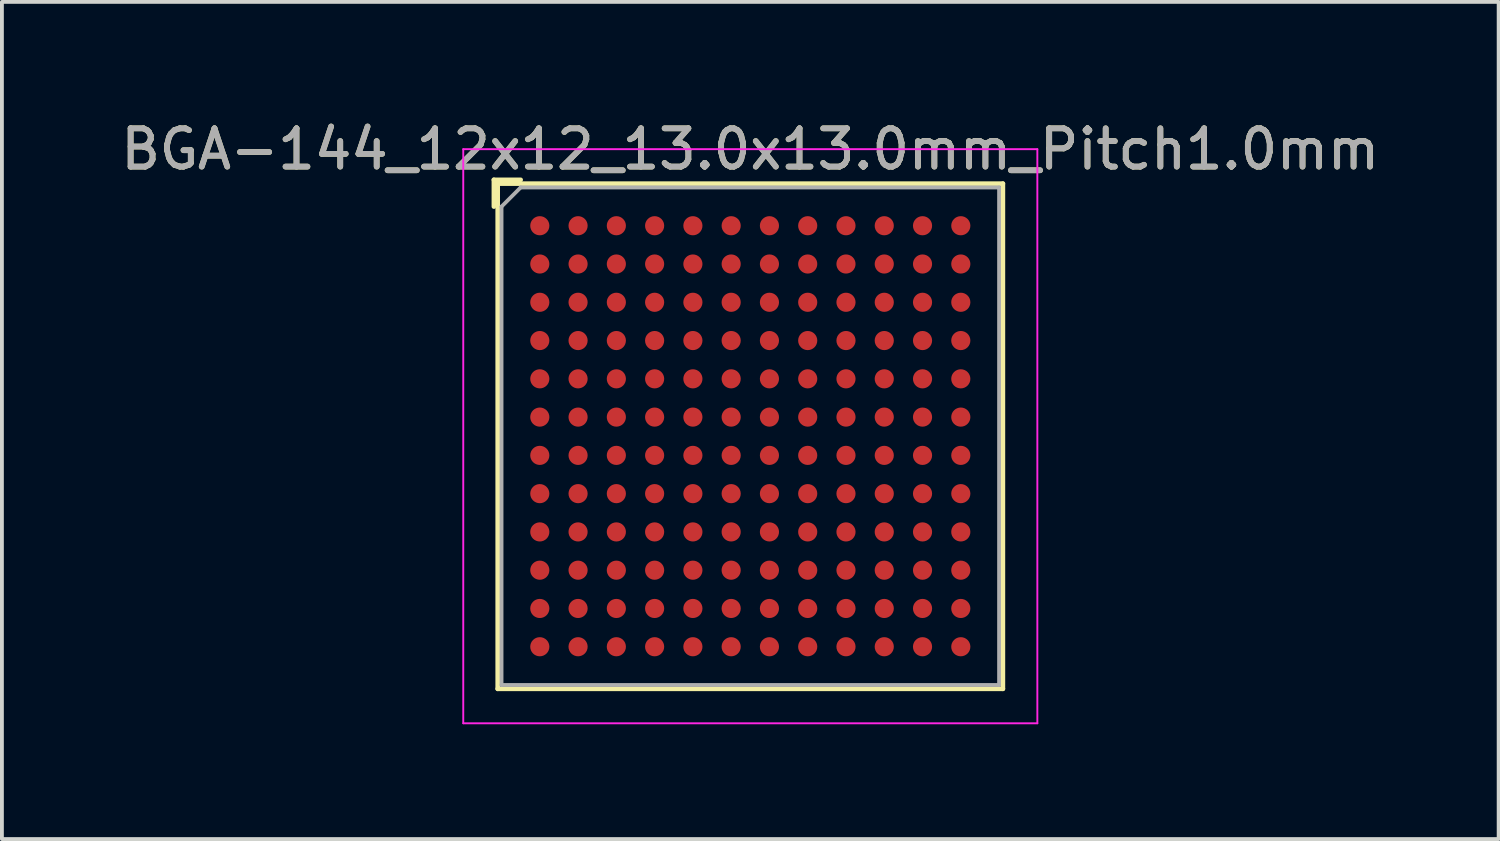
<source format=kicad_pcb>
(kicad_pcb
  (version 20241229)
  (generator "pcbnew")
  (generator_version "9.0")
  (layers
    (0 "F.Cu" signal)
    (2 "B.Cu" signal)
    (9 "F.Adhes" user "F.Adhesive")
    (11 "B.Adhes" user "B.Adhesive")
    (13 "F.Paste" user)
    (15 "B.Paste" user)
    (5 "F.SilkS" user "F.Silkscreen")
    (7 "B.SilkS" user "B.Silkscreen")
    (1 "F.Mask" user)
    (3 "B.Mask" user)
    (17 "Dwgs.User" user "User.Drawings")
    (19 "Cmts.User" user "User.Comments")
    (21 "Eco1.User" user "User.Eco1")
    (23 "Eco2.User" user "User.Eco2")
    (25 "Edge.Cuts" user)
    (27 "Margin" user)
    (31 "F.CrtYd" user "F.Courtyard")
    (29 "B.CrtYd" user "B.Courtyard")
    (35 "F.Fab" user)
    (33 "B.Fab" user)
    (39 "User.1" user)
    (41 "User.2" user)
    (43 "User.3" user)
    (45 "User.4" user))
  (footprint "BGA-144_12x12_13.0x13.0mm_Pitch1.0mm"
    (layer "F.Cu")
    (at 16.554 8.348)
    (property "Reference" "BGA-144_12x12_13.0x13.0mm_Pitch1.0mm" (at 0 -7.5 0) (layer "F.SilkS") (effects (font (size 1 1) (thickness 0.15))))
    (attr smd)
    (fp_line (start -6.7 -6.7) (end -6 -6.7) (stroke (width 0.12) (type solid)) (layer "F.SilkS"))
    (fp_line (start -6.7 -6) (end -6.7 -6.7) (stroke (width 0.12) (type solid)) (layer "F.SilkS"))
    (fp_line (start -6.6 -6.6) (end 6.6 -6.6) (stroke (width 0.12) (type solid)) (layer "F.SilkS"))
    (fp_line (start -6.6 6.6) (end -6.6 -6.6) (stroke (width 0.12) (type solid)) (layer "F.SilkS"))
    (fp_line (start 6.6 -6.6) (end 6.6 6.6) (stroke (width 0.12) (type solid)) (layer "F.SilkS"))
    (fp_line (start 6.6 6.6) (end -6.6 6.6) (stroke (width 0.12) (type solid)) (layer "F.SilkS"))
    (fp_line (start -7.5 -7.5) (end -7.5 7.5) (stroke (width 0.05) (type solid)) (layer "F.CrtYd"))
    (fp_line (start -7.5 -7.5) (end 7.5 -7.5) (stroke (width 0.05) (type solid)) (layer "F.CrtYd"))
    (fp_line (start 7.5 7.5) (end -7.5 7.5) (stroke (width 0.05) (type solid)) (layer "F.CrtYd"))
    (fp_line (start 7.5 7.5) (end 7.5 -7.5) (stroke (width 0.05) (type solid)) (layer "F.CrtYd"))
    (fp_line (start -6.5 -6) (end -6 -6.5) (stroke (width 0.1) (type solid)) (layer "F.Fab"))
    (fp_line (start -6.5 6.5) (end -6.5 -6) (stroke (width 0.1) (type solid)) (layer "F.Fab"))
    (fp_line (start -6 -6.5) (end 6.5 -6.5) (stroke (width 0.1) (type solid)) (layer "F.Fab"))
    (fp_line (start 6.5 -6.5) (end 6.5 6.5) (stroke (width 0.1) (type solid)) (layer "F.Fab"))
    (fp_line (start 6.5 6.5) (end -6.5 6.5) (stroke (width 0.1) (type solid)) (layer "F.Fab"))
    (fp_text user "${REFERENCE}" (at 0 -7.5 0) (layer "F.Fab") (effects (font (size 1 1) (thickness 0.15))))
    (pad "A1" smd circle (at -5.5 -5.5) (size 0.5 0.5) (layers "F.Cu" "F.Mask" "F.Paste"))
    (pad "A2" smd circle (at -4.5 -5.5) (size 0.5 0.5) (layers "F.Cu" "F.Mask" "F.Paste"))
    (pad "A3" smd circle (at -3.5 -5.5) (size 0.5 0.5) (layers "F.Cu" "F.Mask" "F.Paste"))
    (pad "A4" smd circle (at -2.5 -5.5) (size 0.5 0.5) (layers "F.Cu" "F.Mask" "F.Paste"))
    (pad "A5" smd circle (at -1.5 -5.5) (size 0.5 0.5) (layers "F.Cu" "F.Mask" "F.Paste"))
    (pad "A6" smd circle (at -0.5 -5.5) (size 0.5 0.5) (layers "F.Cu" "F.Mask" "F.Paste"))
    (pad "A7" smd circle (at 0.5 -5.5) (size 0.5 0.5) (layers "F.Cu" "F.Mask" "F.Paste"))
    (pad "A8" smd circle (at 1.5 -5.5) (size 0.5 0.5) (layers "F.Cu" "F.Mask" "F.Paste"))
    (pad "A9" smd circle (at 2.5 -5.5) (size 0.5 0.5) (layers "F.Cu" "F.Mask" "F.Paste"))
    (pad "A10" smd circle (at 3.5 -5.5) (size 0.5 0.5) (layers "F.Cu" "F.Mask" "F.Paste"))
    (pad "A11" smd circle (at 4.5 -5.5) (size 0.5 0.5) (layers "F.Cu" "F.Mask" "F.Paste"))
    (pad "A12" smd circle (at 5.5 -5.5) (size 0.5 0.5) (layers "F.Cu" "F.Mask" "F.Paste"))
    (pad "B1" smd circle (at -5.5 -4.5) (size 0.5 0.5) (layers "F.Cu" "F.Mask" "F.Paste"))
    (pad "B2" smd circle (at -4.5 -4.5) (size 0.5 0.5) (layers "F.Cu" "F.Mask" "F.Paste"))
    (pad "B3" smd circle (at -3.5 -4.5) (size 0.5 0.5) (layers "F.Cu" "F.Mask" "F.Paste"))
    (pad "B4" smd circle (at -2.5 -4.5) (size 0.5 0.5) (layers "F.Cu" "F.Mask" "F.Paste"))
    (pad "B5" smd circle (at -1.5 -4.5) (size 0.5 0.5) (layers "F.Cu" "F.Mask" "F.Paste"))
    (pad "B6" smd circle (at -0.5 -4.5) (size 0.5 0.5) (layers "F.Cu" "F.Mask" "F.Paste"))
    (pad "B7" smd circle (at 0.5 -4.5) (size 0.5 0.5) (layers "F.Cu" "F.Mask" "F.Paste"))
    (pad "B8" smd circle (at 1.5 -4.5) (size 0.5 0.5) (layers "F.Cu" "F.Mask" "F.Paste"))
    (pad "B9" smd circle (at 2.5 -4.5) (size 0.5 0.5) (layers "F.Cu" "F.Mask" "F.Paste"))
    (pad "B10" smd circle (at 3.5 -4.5) (size 0.5 0.5) (layers "F.Cu" "F.Mask" "F.Paste"))
    (pad "B11" smd circle (at 4.5 -4.5) (size 0.5 0.5) (layers "F.Cu" "F.Mask" "F.Paste"))
    (pad "B12" smd circle (at 5.5 -4.5) (size 0.5 0.5) (layers "F.Cu" "F.Mask" "F.Paste"))
    (pad "C1" smd circle (at -5.5 -3.5) (size 0.5 0.5) (layers "F.Cu" "F.Mask" "F.Paste"))
    (pad "C2" smd circle (at -4.5 -3.5) (size 0.5 0.5) (layers "F.Cu" "F.Mask" "F.Paste"))
    (pad "C3" smd circle (at -3.5 -3.5) (size 0.5 0.5) (layers "F.Cu" "F.Mask" "F.Paste"))
    (pad "C4" smd circle (at -2.5 -3.5) (size 0.5 0.5) (layers "F.Cu" "F.Mask" "F.Paste"))
    (pad "C5" smd circle (at -1.5 -3.5) (size 0.5 0.5) (layers "F.Cu" "F.Mask" "F.Paste"))
    (pad "C6" smd circle (at -0.5 -3.5) (size 0.5 0.5) (layers "F.Cu" "F.Mask" "F.Paste"))
    (pad "C7" smd circle (at 0.5 -3.5) (size 0.5 0.5) (layers "F.Cu" "F.Mask" "F.Paste"))
    (pad "C8" smd circle (at 1.5 -3.5) (size 0.5 0.5) (layers "F.Cu" "F.Mask" "F.Paste"))
    (pad "C9" smd circle (at 2.5 -3.5) (size 0.5 0.5) (layers "F.Cu" "F.Mask" "F.Paste"))
    (pad "C10" smd circle (at 3.5 -3.5) (size 0.5 0.5) (layers "F.Cu" "F.Mask" "F.Paste"))
    (pad "C11" smd circle (at 4.5 -3.5) (size 0.5 0.5) (layers "F.Cu" "F.Mask" "F.Paste"))
    (pad "C12" smd circle (at 5.5 -3.5) (size 0.5 0.5) (layers "F.Cu" "F.Mask" "F.Paste"))
    (pad "D1" smd circle (at -5.5 -2.5) (size 0.5 0.5) (layers "F.Cu" "F.Mask" "F.Paste"))
    (pad "D2" smd circle (at -4.5 -2.5) (size 0.5 0.5) (layers "F.Cu" "F.Mask" "F.Paste"))
    (pad "D3" smd circle (at -3.5 -2.5) (size 0.5 0.5) (layers "F.Cu" "F.Mask" "F.Paste"))
    (pad "D4" smd circle (at -2.5 -2.5) (size 0.5 0.5) (layers "F.Cu" "F.Mask" "F.Paste"))
    (pad "D5" smd circle (at -1.5 -2.5) (size 0.5 0.5) (layers "F.Cu" "F.Mask" "F.Paste"))
    (pad "D6" smd circle (at -0.5 -2.5) (size 0.5 0.5) (layers "F.Cu" "F.Mask" "F.Paste"))
    (pad "D7" smd circle (at 0.5 -2.5) (size 0.5 0.5) (layers "F.Cu" "F.Mask" "F.Paste"))
    (pad "D8" smd circle (at 1.5 -2.5) (size 0.5 0.5) (layers "F.Cu" "F.Mask" "F.Paste"))
    (pad "D9" smd circle (at 2.5 -2.5) (size 0.5 0.5) (layers "F.Cu" "F.Mask" "F.Paste"))
    (pad "D10" smd circle (at 3.5 -2.5) (size 0.5 0.5) (layers "F.Cu" "F.Mask" "F.Paste"))
    (pad "D11" smd circle (at 4.5 -2.5) (size 0.5 0.5) (layers "F.Cu" "F.Mask" "F.Paste"))
    (pad "D12" smd circle (at 5.5 -2.5) (size 0.5 0.5) (layers "F.Cu" "F.Mask" "F.Paste"))
    (pad "E1" smd circle (at -5.5 -1.5) (size 0.5 0.5) (layers "F.Cu" "F.Mask" "F.Paste"))
    (pad "E2" smd circle (at -4.5 -1.5) (size 0.5 0.5) (layers "F.Cu" "F.Mask" "F.Paste"))
    (pad "E3" smd circle (at -3.5 -1.5) (size 0.5 0.5) (layers "F.Cu" "F.Mask" "F.Paste"))
    (pad "E4" smd circle (at -2.5 -1.5) (size 0.5 0.5) (layers "F.Cu" "F.Mask" "F.Paste"))
    (pad "E5" smd circle (at -1.5 -1.5) (size 0.5 0.5) (layers "F.Cu" "F.Mask" "F.Paste"))
    (pad "E6" smd circle (at -0.5 -1.5) (size 0.5 0.5) (layers "F.Cu" "F.Mask" "F.Paste"))
    (pad "E7" smd circle (at 0.5 -1.5) (size 0.5 0.5) (layers "F.Cu" "F.Mask" "F.Paste"))
    (pad "E8" smd circle (at 1.5 -1.5) (size 0.5 0.5) (layers "F.Cu" "F.Mask" "F.Paste"))
    (pad "E9" smd circle (at 2.5 -1.5) (size 0.5 0.5) (layers "F.Cu" "F.Mask" "F.Paste"))
    (pad "E10" smd circle (at 3.5 -1.5) (size 0.5 0.5) (layers "F.Cu" "F.Mask" "F.Paste"))
    (pad "E11" smd circle (at 4.5 -1.5) (size 0.5 0.5) (layers "F.Cu" "F.Mask" "F.Paste"))
    (pad "E12" smd circle (at 5.5 -1.5) (size 0.5 0.5) (layers "F.Cu" "F.Mask" "F.Paste"))
    (pad "F1" smd circle (at -5.5 -0.5) (size 0.5 0.5) (layers "F.Cu" "F.Mask" "F.Paste"))
    (pad "F2" smd circle (at -4.5 -0.5) (size 0.5 0.5) (layers "F.Cu" "F.Mask" "F.Paste"))
    (pad "F3" smd circle (at -3.5 -0.5) (size 0.5 0.5) (layers "F.Cu" "F.Mask" "F.Paste"))
    (pad "F4" smd circle (at -2.5 -0.5) (size 0.5 0.5) (layers "F.Cu" "F.Mask" "F.Paste"))
    (pad "F5" smd circle (at -1.5 -0.5) (size 0.5 0.5) (layers "F.Cu" "F.Mask" "F.Paste"))
    (pad "F6" smd circle (at -0.5 -0.5) (size 0.5 0.5) (layers "F.Cu" "F.Mask" "F.Paste"))
    (pad "F7" smd circle (at 0.5 -0.5) (size 0.5 0.5) (layers "F.Cu" "F.Mask" "F.Paste"))
    (pad "F8" smd circle (at 1.5 -0.5) (size 0.5 0.5) (layers "F.Cu" "F.Mask" "F.Paste"))
    (pad "F9" smd circle (at 2.5 -0.5) (size 0.5 0.5) (layers "F.Cu" "F.Mask" "F.Paste"))
    (pad "F10" smd circle (at 3.5 -0.5) (size 0.5 0.5) (layers "F.Cu" "F.Mask" "F.Paste"))
    (pad "F11" smd circle (at 4.5 -0.5) (size 0.5 0.5) (layers "F.Cu" "F.Mask" "F.Paste"))
    (pad "F12" smd circle (at 5.5 -0.5) (size 0.5 0.5) (layers "F.Cu" "F.Mask" "F.Paste"))
    (pad "G1" smd circle (at -5.5 0.5) (size 0.5 0.5) (layers "F.Cu" "F.Mask" "F.Paste"))
    (pad "G2" smd circle (at -4.5 0.5) (size 0.5 0.5) (layers "F.Cu" "F.Mask" "F.Paste"))
    (pad "G3" smd circle (at -3.5 0.5) (size 0.5 0.5) (layers "F.Cu" "F.Mask" "F.Paste"))
    (pad "G4" smd circle (at -2.5 0.5) (size 0.5 0.5) (layers "F.Cu" "F.Mask" "F.Paste"))
    (pad "G5" smd circle (at -1.5 0.5) (size 0.5 0.5) (layers "F.Cu" "F.Mask" "F.Paste"))
    (pad "G6" smd circle (at -0.5 0.5) (size 0.5 0.5) (layers "F.Cu" "F.Mask" "F.Paste"))
    (pad "G7" smd circle (at 0.5 0.5) (size 0.5 0.5) (layers "F.Cu" "F.Mask" "F.Paste"))
    (pad "G8" smd circle (at 1.5 0.5) (size 0.5 0.5) (layers "F.Cu" "F.Mask" "F.Paste"))
    (pad "G9" smd circle (at 2.5 0.5) (size 0.5 0.5) (layers "F.Cu" "F.Mask" "F.Paste"))
    (pad "G10" smd circle (at 3.5 0.5) (size 0.5 0.5) (layers "F.Cu" "F.Mask" "F.Paste"))
    (pad "G11" smd circle (at 4.5 0.5) (size 0.5 0.5) (layers "F.Cu" "F.Mask" "F.Paste"))
    (pad "G12" smd circle (at 5.5 0.5) (size 0.5 0.5) (layers "F.Cu" "F.Mask" "F.Paste"))
    (pad "H1" smd circle (at -5.5 1.5) (size 0.5 0.5) (layers "F.Cu" "F.Mask" "F.Paste"))
    (pad "H2" smd circle (at -4.5 1.5) (size 0.5 0.5) (layers "F.Cu" "F.Mask" "F.Paste"))
    (pad "H3" smd circle (at -3.5 1.5) (size 0.5 0.5) (layers "F.Cu" "F.Mask" "F.Paste"))
    (pad "H4" smd circle (at -2.5 1.5) (size 0.5 0.5) (layers "F.Cu" "F.Mask" "F.Paste"))
    (pad "H5" smd circle (at -1.5 1.5) (size 0.5 0.5) (layers "F.Cu" "F.Mask" "F.Paste"))
    (pad "H6" smd circle (at -0.5 1.5) (size 0.5 0.5) (layers "F.Cu" "F.Mask" "F.Paste"))
    (pad "H7" smd circle (at 0.5 1.5) (size 0.5 0.5) (layers "F.Cu" "F.Mask" "F.Paste"))
    (pad "H8" smd circle (at 1.5 1.5) (size 0.5 0.5) (layers "F.Cu" "F.Mask" "F.Paste"))
    (pad "H9" smd circle (at 2.5 1.5) (size 0.5 0.5) (layers "F.Cu" "F.Mask" "F.Paste"))
    (pad "H10" smd circle (at 3.5 1.5) (size 0.5 0.5) (layers "F.Cu" "F.Mask" "F.Paste"))
    (pad "H11" smd circle (at 4.5 1.5) (size 0.5 0.5) (layers "F.Cu" "F.Mask" "F.Paste"))
    (pad "H12" smd circle (at 5.5 1.5) (size 0.5 0.5) (layers "F.Cu" "F.Mask" "F.Paste"))
    (pad "J1" smd circle (at -5.5 2.5) (size 0.5 0.5) (layers "F.Cu" "F.Mask" "F.Paste"))
    (pad "J2" smd circle (at -4.5 2.5) (size 0.5 0.5) (layers "F.Cu" "F.Mask" "F.Paste"))
    (pad "J3" smd circle (at -3.5 2.5) (size 0.5 0.5) (layers "F.Cu" "F.Mask" "F.Paste"))
    (pad "J4" smd circle (at -2.5 2.5) (size 0.5 0.5) (layers "F.Cu" "F.Mask" "F.Paste"))
    (pad "J5" smd circle (at -1.5 2.5) (size 0.5 0.5) (layers "F.Cu" "F.Mask" "F.Paste"))
    (pad "J6" smd circle (at -0.5 2.5) (size 0.5 0.5) (layers "F.Cu" "F.Mask" "F.Paste"))
    (pad "J7" smd circle (at 0.5 2.5) (size 0.5 0.5) (layers "F.Cu" "F.Mask" "F.Paste"))
    (pad "J8" smd circle (at 1.5 2.5) (size 0.5 0.5) (layers "F.Cu" "F.Mask" "F.Paste"))
    (pad "J9" smd circle (at 2.5 2.5) (size 0.5 0.5) (layers "F.Cu" "F.Mask" "F.Paste"))
    (pad "J10" smd circle (at 3.5 2.5) (size 0.5 0.5) (layers "F.Cu" "F.Mask" "F.Paste"))
    (pad "J11" smd circle (at 4.5 2.5) (size 0.5 0.5) (layers "F.Cu" "F.Mask" "F.Paste"))
    (pad "J12" smd circle (at 5.5 2.5) (size 0.5 0.5) (layers "F.Cu" "F.Mask" "F.Paste"))
    (pad "K1" smd circle (at -5.5 3.5) (size 0.5 0.5) (layers "F.Cu" "F.Mask" "F.Paste"))
    (pad "K2" smd circle (at -4.5 3.5) (size 0.5 0.5) (layers "F.Cu" "F.Mask" "F.Paste"))
    (pad "K3" smd circle (at -3.5 3.5) (size 0.5 0.5) (layers "F.Cu" "F.Mask" "F.Paste"))
    (pad "K4" smd circle (at -2.5 3.5) (size 0.5 0.5) (layers "F.Cu" "F.Mask" "F.Paste"))
    (pad "K5" smd circle (at -1.5 3.5) (size 0.5 0.5) (layers "F.Cu" "F.Mask" "F.Paste"))
    (pad "K6" smd circle (at -0.5 3.5) (size 0.5 0.5) (layers "F.Cu" "F.Mask" "F.Paste"))
    (pad "K7" smd circle (at 0.5 3.5) (size 0.5 0.5) (layers "F.Cu" "F.Mask" "F.Paste"))
    (pad "K8" smd circle (at 1.5 3.5) (size 0.5 0.5) (layers "F.Cu" "F.Mask" "F.Paste"))
    (pad "K9" smd circle (at 2.5 3.5) (size 0.5 0.5) (layers "F.Cu" "F.Mask" "F.Paste"))
    (pad "K10" smd circle (at 3.5 3.5) (size 0.5 0.5) (layers "F.Cu" "F.Mask" "F.Paste"))
    (pad "K11" smd circle (at 4.5 3.5) (size 0.5 0.5) (layers "F.Cu" "F.Mask" "F.Paste"))
    (pad "K12" smd circle (at 5.5 3.5) (size 0.5 0.5) (layers "F.Cu" "F.Mask" "F.Paste"))
    (pad "L1" smd circle (at -5.5 4.5) (size 0.5 0.5) (layers "F.Cu" "F.Mask" "F.Paste"))
    (pad "L2" smd circle (at -4.5 4.5) (size 0.5 0.5) (layers "F.Cu" "F.Mask" "F.Paste"))
    (pad "L3" smd circle (at -3.5 4.5) (size 0.5 0.5) (layers "F.Cu" "F.Mask" "F.Paste"))
    (pad "L4" smd circle (at -2.5 4.5) (size 0.5 0.5) (layers "F.Cu" "F.Mask" "F.Paste"))
    (pad "L5" smd circle (at -1.5 4.5) (size 0.5 0.5) (layers "F.Cu" "F.Mask" "F.Paste"))
    (pad "L6" smd circle (at -0.5 4.5) (size 0.5 0.5) (layers "F.Cu" "F.Mask" "F.Paste"))
    (pad "L7" smd circle (at 0.5 4.5) (size 0.5 0.5) (layers "F.Cu" "F.Mask" "F.Paste"))
    (pad "L8" smd circle (at 1.5 4.5) (size 0.5 0.5) (layers "F.Cu" "F.Mask" "F.Paste"))
    (pad "L9" smd circle (at 2.5 4.5) (size 0.5 0.5) (layers "F.Cu" "F.Mask" "F.Paste"))
    (pad "L10" smd circle (at 3.5 4.5) (size 0.5 0.5) (layers "F.Cu" "F.Mask" "F.Paste"))
    (pad "L11" smd circle (at 4.5 4.5) (size 0.5 0.5) (layers "F.Cu" "F.Mask" "F.Paste"))
    (pad "L12" smd circle (at 5.5 4.5) (size 0.5 0.5) (layers "F.Cu" "F.Mask" "F.Paste"))
    (pad "M1" smd circle (at -5.5 5.5) (size 0.5 0.5) (layers "F.Cu" "F.Mask" "F.Paste"))
    (pad "M2" smd circle (at -4.5 5.5) (size 0.5 0.5) (layers "F.Cu" "F.Mask" "F.Paste"))
    (pad "M3" smd circle (at -3.5 5.5) (size 0.5 0.5) (layers "F.Cu" "F.Mask" "F.Paste"))
    (pad "M4" smd circle (at -2.5 5.5) (size 0.5 0.5) (layers "F.Cu" "F.Mask" "F.Paste"))
    (pad "M5" smd circle (at -1.5 5.5) (size 0.5 0.5) (layers "F.Cu" "F.Mask" "F.Paste"))
    (pad "M6" smd circle (at -0.5 5.5) (size 0.5 0.5) (layers "F.Cu" "F.Mask" "F.Paste"))
    (pad "M7" smd circle (at 0.5 5.5) (size 0.5 0.5) (layers "F.Cu" "F.Mask" "F.Paste"))
    (pad "M8" smd circle (at 1.5 5.5) (size 0.5 0.5) (layers "F.Cu" "F.Mask" "F.Paste"))
    (pad "M9" smd circle (at 2.5 5.5) (size 0.5 0.5) (layers "F.Cu" "F.Mask" "F.Paste"))
    (pad "M10" smd circle (at 3.5 5.5) (size 0.5 0.5) (layers "F.Cu" "F.Mask" "F.Paste"))
    (pad "M11" smd circle (at 4.5 5.5) (size 0.5 0.5) (layers "F.Cu" "F.Mask" "F.Paste"))
    (pad "M12" smd circle (at 5.5 5.5) (size 0.5 0.5) (layers "F.Cu" "F.Mask" "F.Paste")))
  (gr_rect
    (start -3 -3)
    (end 36.107 18.873)
    (stroke (width 0.1) (type default))
    (fill no)
    (layer "Edge.Cuts")))
</source>
